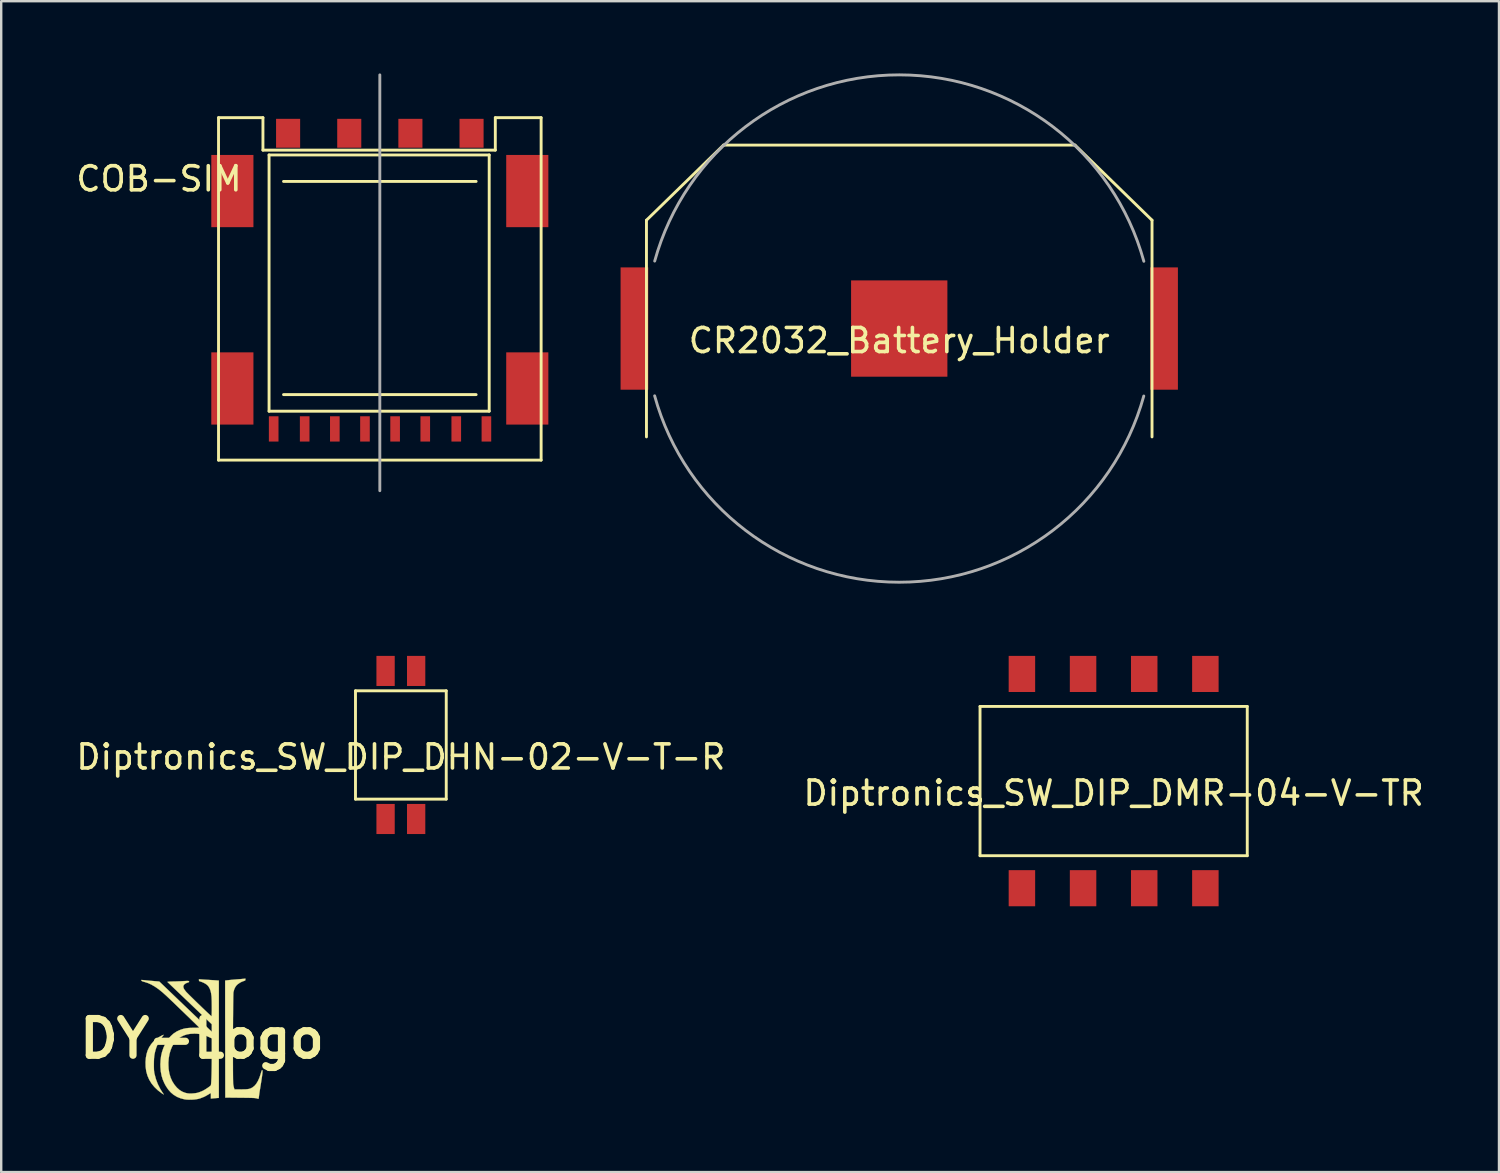
<source format=kicad_pcb>
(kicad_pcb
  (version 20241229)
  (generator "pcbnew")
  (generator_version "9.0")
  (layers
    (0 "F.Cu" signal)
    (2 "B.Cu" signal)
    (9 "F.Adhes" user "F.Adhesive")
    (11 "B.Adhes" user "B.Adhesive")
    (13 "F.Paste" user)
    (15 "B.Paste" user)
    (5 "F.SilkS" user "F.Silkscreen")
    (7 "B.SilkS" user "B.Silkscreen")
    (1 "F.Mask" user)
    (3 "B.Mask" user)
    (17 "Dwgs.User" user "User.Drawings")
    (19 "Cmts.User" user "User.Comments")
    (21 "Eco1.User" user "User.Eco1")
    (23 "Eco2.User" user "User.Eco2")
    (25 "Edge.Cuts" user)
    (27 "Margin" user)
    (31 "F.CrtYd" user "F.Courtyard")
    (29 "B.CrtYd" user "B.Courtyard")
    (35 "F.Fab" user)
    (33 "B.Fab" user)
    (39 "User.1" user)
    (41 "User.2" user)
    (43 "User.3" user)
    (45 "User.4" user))
  (footprint "Diptronics_SW_DIP_DMR-04-V-TR"
    (layer "F.Cu")
    (at 43.208 29.394)
    (property "Reference" "Diptronics_SW_DIP_DMR-04-V-TR" (at 0 0.5 0) (unlocked yes) (layer "F.SilkS") (effects (font (size 1 1) (thickness 0.15))))
    (attr smd)
    (fp_line (start -5.55 3.1) (end -5.55 -3.1) (stroke (width 0.12) (type solid)) (layer "F.SilkS"))
    (fp_line (start -5.55 3.1) (end 5.55 3.1) (stroke (width 0.12) (type solid)) (layer "F.SilkS"))
    (fp_line (start 5.55 -3.1) (end -5.55 -3.1) (stroke (width 0.12) (type solid)) (layer "F.SilkS"))
    (fp_line (start 5.55 -3.1) (end 5.55 3.1) (stroke (width 0.12) (type solid)) (layer "F.SilkS"))
    (pad "1" smd rect (at -3.81 4.45) (size 1.1 1.5) (layers "F.Cu" "F.Mask" "F.Paste"))
    (pad "2" smd rect (at -1.27 4.45) (size 1.1 1.5) (layers "F.Cu" "F.Mask" "F.Paste"))
    (pad "3" smd rect (at 1.27 4.45) (size 1.1 1.5) (layers "F.Cu" "F.Mask" "F.Paste"))
    (pad "4" smd rect (at 3.81 4.45) (size 1.1 1.5) (layers "F.Cu" "F.Mask" "F.Paste"))
    (pad "5" smd rect (at -3.81 -4.45) (size 1.1 1.5) (layers "F.Cu" "F.Mask" "F.Paste"))
    (pad "6" smd rect (at -1.27 -4.45) (size 1.1 1.5) (layers "F.Cu" "F.Mask" "F.Paste"))
    (pad "7" smd rect (at 1.27 -4.45) (size 1.1 1.5) (layers "F.Cu" "F.Mask" "F.Paste"))
    (pad "8" smd rect (at 3.81 -4.45) (size 1.1 1.5) (layers "F.Cu" "F.Mask" "F.Paste")))
  (footprint "DY-Logo"
    (layer "F.Cu")
    (at 5.341 40.092)
    (property "Reference" "DY-Logo" (at 0 0 0) (layer "F.SilkS") (effects (font (size 1.524 1.524) (thickness 0.3))))
    (attr through_hole)
    (fp_poly (pts (xy -1.595 -0.154) (xy -1.603 -0.14) (xy -1.624 -0.112) (xy -1.659 -0.068) (xy -1.679 -0.043) (xy -1.758 0.069) (xy -1.829 0.201) (xy -1.889 0.346) (xy -1.924 0.451) (xy -1.949 0.545) (xy -1.969 0.634) (xy -1.983 0.721) (xy -1.992 0.815) (xy -1.997 0.92) (xy -1.999 1.043) (xy -1.999 1.073) (xy -1.999 1.169) (xy -1.997 1.245) (xy -1.995 1.305) (xy -1.99 1.357) (xy -1.984 1.404) (xy -1.975 1.453) (xy -1.97 1.473) (xy -1.913 1.686) (xy -1.836 1.889) (xy -1.74 2.08) (xy -1.658 2.212) (xy -1.628 2.255) (xy -1.605 2.291) (xy -1.592 2.313) (xy -1.59 2.318) (xy -1.602 2.314) (xy -1.629 2.298) (xy -1.665 2.274) (xy -1.67 2.271) (xy -1.836 2.145) (xy -1.978 2.009) (xy -2.097 1.863) (xy -2.193 1.706) (xy -2.266 1.539) (xy -2.316 1.361) (xy -2.342 1.172) (xy -2.346 0.973) (xy -2.332 0.794) (xy -2.302 0.632) (xy -2.257 0.487) (xy -2.194 0.354) (xy -2.112 0.23) (xy -2.027 0.129) (xy -1.945 0.052) (xy -1.848 -0.022) (xy -1.744 -0.089) (xy -1.643 -0.14) (xy -1.64 -0.142) (xy -1.614 -0.153) (xy -1.599 -0.158) (xy -1.595 -0.154)) (stroke (width 0.01) (type solid)) (fill yes) (layer "F.SilkS"))
    (fp_poly (pts (xy 1.803 -2.453) (xy 1.801 -2.43) (xy 1.791 -2.415) (xy 1.765 -2.403) (xy 1.74 -2.395) (xy 1.651 -2.362) (xy 1.564 -2.316) (xy 1.487 -2.262) (xy 1.437 -2.216) (xy 1.38 -2.138) (xy 1.337 -2.044) (xy 1.306 -1.93) (xy 1.306 -1.93) (xy 1.304 -1.908) (xy 1.302 -1.861) (xy 1.3 -1.793) (xy 1.298 -1.704) (xy 1.297 -1.598) (xy 1.295 -1.474) (xy 1.293 -1.336) (xy 1.292 -1.185) (xy 1.291 -1.022) (xy 1.289 -0.85) (xy 1.288 -0.67) (xy 1.287 -0.484) (xy 1.287 -0.294) (xy 1.286 -0.102) (xy 1.285 0.091) (xy 1.285 0.284) (xy 1.285 0.473) (xy 1.285 0.658) (xy 1.285 0.836) (xy 1.285 1.007) (xy 1.286 1.167) (xy 1.286 1.316) (xy 1.287 1.451) (xy 1.288 1.572) (xy 1.289 1.675) (xy 1.291 1.76) (xy 1.292 1.824) (xy 1.294 1.866) (xy 1.295 1.88) (xy 1.304 1.939) (xy 1.315 1.996) (xy 1.327 2.042) (xy 1.329 2.048) (xy 1.348 2.108) (xy 1.611 2.108) (xy 1.722 2.107) (xy 1.811 2.105) (xy 1.883 2.099) (xy 1.942 2.09) (xy 1.992 2.077) (xy 2.037 2.059) (xy 2.082 2.035) (xy 2.094 2.028) (xy 2.176 1.965) (xy 2.252 1.877) (xy 2.32 1.764) (xy 2.382 1.628) (xy 2.436 1.468) (xy 2.451 1.413) (xy 2.469 1.355) (xy 2.484 1.32) (xy 2.497 1.308) (xy 2.506 1.312) (xy 2.511 1.326) (xy 2.514 1.351) (xy 2.513 1.389) (xy 2.508 1.442) (xy 2.5 1.511) (xy 2.488 1.598) (xy 2.472 1.704) (xy 2.452 1.833) (xy 2.428 1.984) (xy 2.426 1.994) (xy 2.412 2.083) (xy 2.398 2.168) (xy 2.386 2.245) (xy 2.377 2.308) (xy 2.371 2.354) (xy 2.369 2.369) (xy 2.361 2.432) (xy 2.355 2.473) (xy 2.348 2.495) (xy 2.34 2.501) (xy 2.34 2.5) (xy 2.323 2.497) (xy 2.29 2.488) (xy 2.261 2.479) (xy 2.24 2.475) (xy 2.212 2.471) (xy 2.176 2.467) (xy 2.129 2.464) (xy 2.068 2.462) (xy 1.992 2.46) (xy 1.898 2.458) (xy 1.785 2.457) (xy 1.649 2.455) (xy 1.579 2.455) (xy 0.966 2.449) (xy 0.963 0.021) (xy 0.962 -0.225) (xy 0.962 -0.465) (xy 0.962 -0.696) (xy 0.961 -0.918) (xy 0.961 -1.13) (xy 0.961 -1.33) (xy 0.961 -1.517) (xy 0.961 -1.69) (xy 0.961 -1.847) (xy 0.961 -1.987) (xy 0.961 -2.11) (xy 0.961 -2.213) (xy 0.961 -2.297) (xy 0.961 -2.358) (xy 0.961 -2.397) (xy 0.961 -2.411) (xy 0.961 -2.411) (xy 0.974 -2.414) (xy 1.009 -2.419) (xy 1.061 -2.425) (xy 1.127 -2.432) (xy 1.203 -2.44) (xy 1.284 -2.448) (xy 1.368 -2.455) (xy 1.45 -2.462) (xy 1.467 -2.463) (xy 1.54 -2.469) (xy 1.612 -2.474) (xy 1.674 -2.48) (xy 1.72 -2.484) (xy 1.725 -2.485) (xy 1.803 -2.493) (xy 1.803 -2.453)) (stroke (width 0.01) (type solid)) (fill yes) (layer "F.SilkS"))
    (fp_poly (pts (xy -0.029 -2.46) (xy 0.017 -2.456) (xy 0.082 -2.452) (xy 0.159 -2.447) (xy 0.242 -2.442) (xy 0.305 -2.438) (xy 0.386 -2.433) (xy 0.464 -2.429) (xy 0.534 -2.424) (xy 0.589 -2.42) (xy 0.619 -2.418) (xy 0.699 -2.411) (xy 0.699 2.462) (xy 0.6 2.469) (xy 0.541 2.474) (xy 0.482 2.48) (xy 0.435 2.484) (xy 0.368 2.491) (xy 0.368 2.376) (xy 0.368 2.325) (xy 0.366 2.286) (xy 0.364 2.264) (xy 0.362 2.261) (xy 0.35 2.267) (xy 0.321 2.284) (xy 0.282 2.309) (xy 0.266 2.319) (xy 0.1 2.412) (xy -0.076 2.481) (xy -0.129 2.497) (xy -0.218 2.515) (xy -0.323 2.529) (xy -0.436 2.536) (xy -0.548 2.537) (xy -0.652 2.531) (xy -0.727 2.521) (xy -0.89 2.479) (xy -1.038 2.419) (xy -1.172 2.339) (xy -1.293 2.238) (xy -1.402 2.116) (xy -1.5 1.971) (xy -1.563 1.855) (xy -1.631 1.699) (xy -1.68 1.537) (xy -1.712 1.365) (xy -1.727 1.178) (xy -1.729 1.081) (xy -1.728 1.054) (xy -1.397 1.054) (xy -1.387 1.258) (xy -1.356 1.446) (xy -1.304 1.621) (xy -1.231 1.78) (xy -1.137 1.925) (xy -1.043 2.036) (xy -0.936 2.131) (xy -0.82 2.203) (xy -0.694 2.252) (xy -0.597 2.273) (xy -0.524 2.28) (xy -0.436 2.28) (xy -0.341 2.273) (xy -0.251 2.262) (xy -0.183 2.248) (xy -0.125 2.23) (xy -0.056 2.204) (xy 0.012 2.176) (xy 0.033 2.166) (xy 0.088 2.137) (xy 0.15 2.1) (xy 0.213 2.059) (xy 0.272 2.018) (xy 0.322 1.981) (xy 0.357 1.95) (xy 0.365 1.941) (xy 0.371 1.921) (xy 0.377 1.877) (xy 0.382 1.811) (xy 0.387 1.724) (xy 0.392 1.618) (xy 0.396 1.495) (xy 0.399 1.356) (xy 0.402 1.202) (xy 0.404 1.036) (xy 0.406 0.858) (xy 0.406 0.671) (xy 0.406 0.615) (xy 0.406 -0.008) (xy 0.308 -0.057) (xy 0.17 -0.119) (xy 0.039 -0.163) (xy -0.091 -0.191) (xy -0.228 -0.206) (xy -0.318 -0.208) (xy -0.48 -0.2) (xy -0.627 -0.175) (xy -0.76 -0.131) (xy -0.885 -0.068) (xy -0.975 -0.007) (xy -1.077 0.086) (xy -1.167 0.2) (xy -1.243 0.331) (xy -1.305 0.48) (xy -1.352 0.642) (xy -1.382 0.816) (xy -1.396 1.001) (xy -1.397 1.054) (xy -1.728 1.054) (xy -1.721 0.894) (xy -1.7 0.723) (xy -1.663 0.561) (xy -1.61 0.402) (xy -1.592 0.357) (xy -1.51 0.184) (xy -1.414 0.032) (xy -1.304 -0.1) (xy -1.183 -0.21) (xy -1.049 -0.298) (xy -0.924 -0.356) (xy -0.834 -0.389) (xy -0.749 -0.413) (xy -0.665 -0.43) (xy -0.575 -0.441) (xy -0.471 -0.448) (xy -0.352 -0.45) (xy -0.278 -0.45) (xy -0.213 -0.452) (xy -0.161 -0.454) (xy -0.127 -0.456) (xy -0.114 -0.458) (xy -0.114 -0.458) (xy -0.123 -0.468) (xy -0.149 -0.494) (xy -0.189 -0.534) (xy -0.243 -0.586) (xy -0.308 -0.65) (xy -0.384 -0.723) (xy -0.467 -0.804) (xy -0.557 -0.892) (xy -0.652 -0.983) (xy -0.75 -1.078) (xy -0.85 -1.174) (xy -0.95 -1.27) (xy -1.047 -1.364) (xy -1.141 -1.455) (xy -1.23 -1.54) (xy -1.312 -1.618) (xy -1.385 -1.688) (xy -1.449 -1.748) (xy -1.477 -1.775) (xy -1.644 -1.925) (xy -1.803 -2.053) (xy -1.956 -2.159) (xy -2.102 -2.244) (xy -2.244 -2.308) (xy -2.384 -2.353) (xy -2.391 -2.355) (xy -2.448 -2.371) (xy -2.486 -2.385) (xy -2.507 -2.398) (xy -2.517 -2.412) (xy -2.521 -2.432) (xy -2.517 -2.438) (xy -2.502 -2.437) (xy -2.466 -2.434) (xy -2.415 -2.429) (xy -2.352 -2.423) (xy -2.324 -2.42) (xy -2.236 -2.412) (xy -2.136 -2.402) (xy -2.037 -2.394) (xy -1.957 -2.387) (xy -1.774 -2.372) (xy -0.712 -1.354) (xy -0.573 -1.222) (xy -0.44 -1.094) (xy -0.312 -0.971) (xy -0.191 -0.856) (xy -0.079 -0.748) (xy 0.024 -0.65) (xy 0.116 -0.562) (xy 0.196 -0.486) (xy 0.263 -0.421) (xy 0.316 -0.371) (xy 0.354 -0.335) (xy 0.375 -0.316) (xy 0.378 -0.312) (xy 0.406 -0.288) (xy 0.406 -0.596) (xy -0.516 -1.476) (xy -1.439 -2.356) (xy -1.389 -2.365) (xy -1.357 -2.368) (xy -1.306 -2.371) (xy -1.245 -2.373) (xy -1.187 -2.374) (xy -1.122 -2.375) (xy -1.04 -2.378) (xy -0.948 -2.381) (xy -0.855 -2.385) (xy -0.795 -2.389) (xy -0.709 -2.393) (xy -0.644 -2.396) (xy -0.599 -2.396) (xy -0.569 -2.395) (xy -0.552 -2.391) (xy -0.544 -2.385) (xy -0.534 -2.359) (xy -0.545 -2.346) (xy -0.549 -2.344) (xy -0.642 -2.311) (xy -0.711 -2.273) (xy -0.755 -2.229) (xy -0.774 -2.18) (xy -0.775 -2.165) (xy -0.77 -2.123) (xy -0.755 -2.079) (xy -0.726 -2.031) (xy -0.682 -1.973) (xy -0.655 -1.94) (xy -0.633 -1.917) (xy -0.596 -1.88) (xy -0.547 -1.83) (xy -0.486 -1.77) (xy -0.416 -1.701) (xy -0.339 -1.626) (xy -0.258 -1.546) (xy -0.173 -1.464) (xy -0.087 -1.382) (xy -0.003 -1.3) (xy 0.079 -1.222) (xy 0.155 -1.149) (xy 0.224 -1.084) (xy 0.285 -1.027) (xy 0.334 -0.982) (xy 0.369 -0.949) (xy 0.39 -0.932) (xy 0.394 -0.929) (xy 0.397 -0.94) (xy 0.4 -0.973) (xy 0.403 -1.024) (xy 0.404 -1.09) (xy 0.406 -1.167) (xy 0.406 -1.252) (xy 0.406 -1.342) (xy 0.405 -1.433) (xy 0.404 -1.521) (xy 0.402 -1.602) (xy 0.399 -1.675) (xy 0.396 -1.734) (xy 0.394 -1.765) (xy 0.376 -1.893) (xy 0.35 -2) (xy 0.315 -2.089) (xy 0.269 -2.166) (xy 0.241 -2.201) (xy 0.19 -2.247) (xy 0.122 -2.292) (xy 0.043 -2.332) (xy -0.039 -2.364) (xy -0.054 -2.368) (xy -0.095 -2.381) (xy -0.117 -2.392) (xy -0.125 -2.407) (xy -0.127 -2.428) (xy -0.127 -2.467) (xy -0.029 -2.46)) (stroke (width 0.01) (type solid)) (fill yes) (layer "F.SilkS")))
  (footprint "COB-SIM"
    (layer "F.Cu")
    (at 6.602 4.886)
    (property "Reference" "COB-SIM" (at -3.048 -0.508 180) (layer "F.SilkS") (effects (font (size 1 1) (thickness 0.15))))
    (attr through_hole)
    (fp_line (start -0.575 -3.048) (end 1.27 -3.048) (stroke (width 0.12) (type solid)) (layer "F.SilkS"))
    (fp_line (start -0.575 11.176) (end -0.575 -3.048) (stroke (width 0.12) (type solid)) (layer "F.SilkS"))
    (fp_line (start 1.27 -3.048) (end 1.27 -1.7) (stroke (width 0.12) (type solid)) (layer "F.SilkS"))
    (fp_line (start 1.27 -1.7) (end 10.922 -1.7) (stroke (width 0.12) (type solid)) (layer "F.SilkS"))
    (fp_line (start 1.524 -1.5) (end 1.524 9.144) (stroke (width 0.12) (type solid)) (layer "F.SilkS"))
    (fp_line (start 1.524 9.144) (end 10.668 9.144) (stroke (width 0.12) (type solid)) (layer "F.SilkS"))
    (fp_line (start 2.125 -0.4) (end 10.125 -0.4) (stroke (width 0.12) (type solid)) (layer "F.SilkS"))
    (fp_line (start 2.125 8.455) (end 10.125 8.455) (stroke (width 0.12) (type solid)) (layer "F.SilkS"))
    (fp_line (start 10.668 -1.5) (end 1.524 -1.5) (stroke (width 0.12) (type solid)) (layer "F.SilkS"))
    (fp_line (start 10.668 9.144) (end 10.668 -1.5) (stroke (width 0.12) (type solid)) (layer "F.SilkS"))
    (fp_line (start 10.922 -3.048) (end 12.825 -3.048) (stroke (width 0.12) (type solid)) (layer "F.SilkS"))
    (fp_line (start 10.922 -1.7) (end 10.922 -3.048) (stroke (width 0.12) (type solid)) (layer "F.SilkS"))
    (fp_line (start 12.825 -3.048) (end 12.825 11.176) (stroke (width 0.12) (type solid)) (layer "F.SilkS"))
    (fp_line (start 12.825 11.176) (end -0.575 11.176) (stroke (width 0.12) (type solid)) (layer "F.SilkS"))
    (fp_line (start 6.125 -4.826) (end 6.125 12.446) (stroke (width 0.12) (type solid)) (layer "F.Fab"))
    (pad "0" smd rect (at 0 0 90) (size 3 1.75) (layers "F.Cu" "F.Mask" "F.Paste"))
    (pad "0" smd rect (at 0 8.2 90) (size 3 1.75) (layers "F.Cu" "F.Mask" "F.Paste"))
    (pad "0" smd rect (at 12.25 0 90) (size 3 1.75) (layers "F.Cu" "F.Mask" "F.Paste"))
    (pad "0" smd rect (at 12.25 8.2 90) (size 3 1.75) (layers "F.Cu" "F.Mask" "F.Paste"))
    (pad "1" smd rect (at 9.3 9.88 90) (size 1.05 0.4) (layers "F.Cu" "F.Mask" "F.Paste"))
    (pad "1" smd rect (at 10.552 9.88 90) (size 1.05 0.4) (layers "F.Cu" "F.Mask" "F.Paste"))
    (pad "2" smd rect (at 6.76 9.88 90) (size 1.05 0.4) (layers "F.Cu" "F.Mask" "F.Paste"))
    (pad "2" smd rect (at 8.012 9.88 90) (size 1.05 0.4) (layers "F.Cu" "F.Mask" "F.Paste"))
    (pad "3" smd rect (at 4.256 9.88 90) (size 1.05 0.4) (layers "F.Cu" "F.Mask" "F.Paste"))
    (pad "3" smd rect (at 5.508 9.88 90) (size 1.05 0.4) (layers "F.Cu" "F.Mask" "F.Paste"))
    (pad "4" smd rect (at 1.716 9.88 90) (size 1.05 0.4) (layers "F.Cu" "F.Mask" "F.Paste"))
    (pad "4" smd rect (at 3.004 9.88 90) (size 1.05 0.4) (layers "F.Cu" "F.Mask" "F.Paste"))
    (pad "5" smd rect (at 9.935 -2.4 90) (size 1.2 1) (layers "F.Cu" "F.Mask" "F.Paste"))
    (pad "6" smd rect (at 7.395 -2.4 90) (size 1.2 1) (layers "F.Cu" "F.Mask" "F.Paste"))
    (pad "7" smd rect (at 4.855 -2.4 90) (size 1.2 1) (layers "F.Cu" "F.Mask" "F.Paste"))
    (pad "8" smd rect (at 2.315 -2.4 90) (size 1.2 1) (layers "F.Cu" "F.Mask" "F.Paste")))
  (footprint "Diptronics_SW_DIP_DHN-02-V-T-R"
    (layer "F.Cu")
    (at 13.601 27.894)
    (property "Reference" "Diptronics_SW_DIP_DHN-02-V-T-R" (at 0 0.5 0) (unlocked yes) (layer "F.SilkS") (effects (font (size 1 1) (thickness 0.15))))
    (attr smd)
    (fp_line (start -1.885 -2.25) (end -1.885 2.25) (stroke (width 0.12) (type solid)) (layer "F.SilkS"))
    (fp_line (start -1.885 2.25) (end 1.885 2.25) (stroke (width 0.12) (type solid)) (layer "F.SilkS"))
    (fp_line (start 1.885 -2.25) (end -1.885 -2.25) (stroke (width 0.12) (type solid)) (layer "F.SilkS"))
    (fp_line (start 1.885 -2.25) (end 1.885 2.25) (stroke (width 0.12) (type solid)) (layer "F.SilkS"))
    (pad "1" smd rect (at -0.635 3.075) (size 0.76 1.25) (layers "F.Cu" "F.Mask" "F.Paste"))
    (pad "2" smd rect (at 0.635 3.075) (size 0.76 1.25) (layers "F.Cu" "F.Mask" "F.Paste"))
    (pad "3" smd rect (at -0.635 -3.075) (size 0.76 1.25) (layers "F.Cu" "F.Mask" "F.Paste"))
    (pad "4" smd rect (at 0.635 -3.075) (size 0.76 1.25) (layers "F.Cu" "F.Mask" "F.Paste")))
  (footprint "CR2032_Battery_Holder"
    (layer "F.Cu")
    (at 34.302 10.597)
    (property "Reference" "CR2032_Battery_Holder" (at 0 0.5 0) (unlocked yes) (layer "F.SilkS") (effects (font (size 1 1) (thickness 0.15))))
    (attr through_hole)
    (fp_line (start -10.5 4.5) (end -10.5 -4.5) (stroke (width 0.12) (type solid)) (layer "F.SilkS"))
    (fp_line (start -7.3 -7.62) (end -10.5 -4.5) (stroke (width 0.12) (type solid)) (layer "F.SilkS"))
    (fp_line (start -7.3 -7.62) (end 7.3 -7.62) (stroke (width 0.12) (type solid)) (layer "F.SilkS"))
    (fp_line (start 7.3 -7.62) (end 10.5 -4.5) (stroke (width 0.12) (type solid)) (layer "F.SilkS"))
    (fp_line (start 10.5 -4.5) (end 10.5 4.5) (stroke (width 0.12) (type solid)) (layer "F.SilkS"))
    (fp_arc (start -10.157679 -2.802422) (mid 0.004368 -10.537172) (end 10.159999 -2.793999) (stroke (width 0.12) (type solid)) (layer "F.Fab"))
    (fp_arc (start 10.157679 2.802422) (mid -0.004368 10.537172) (end -10.159999 2.793999) (stroke (width 0.12) (type solid)) (layer "F.Fab"))
    (pad "1" smd rect (at -11 0) (size 1.15 5.08) (layers "F.Cu" "F.Mask" "F.Paste"))
    (pad "1" smd rect (at 11 0) (size 1.15 5.08) (layers "F.Cu" "F.Mask" "F.Paste"))
    (pad "2" smd rect (at 0 0) (size 4 4) (layers "F.Cu" "F.Mask" "F.Paste")))
  (gr_rect
    (start -3 -3)
    (end 59.214 45.634)
    (stroke (width 0.1) (type default))
    (fill no)
    (layer "Edge.Cuts")))
</source>
